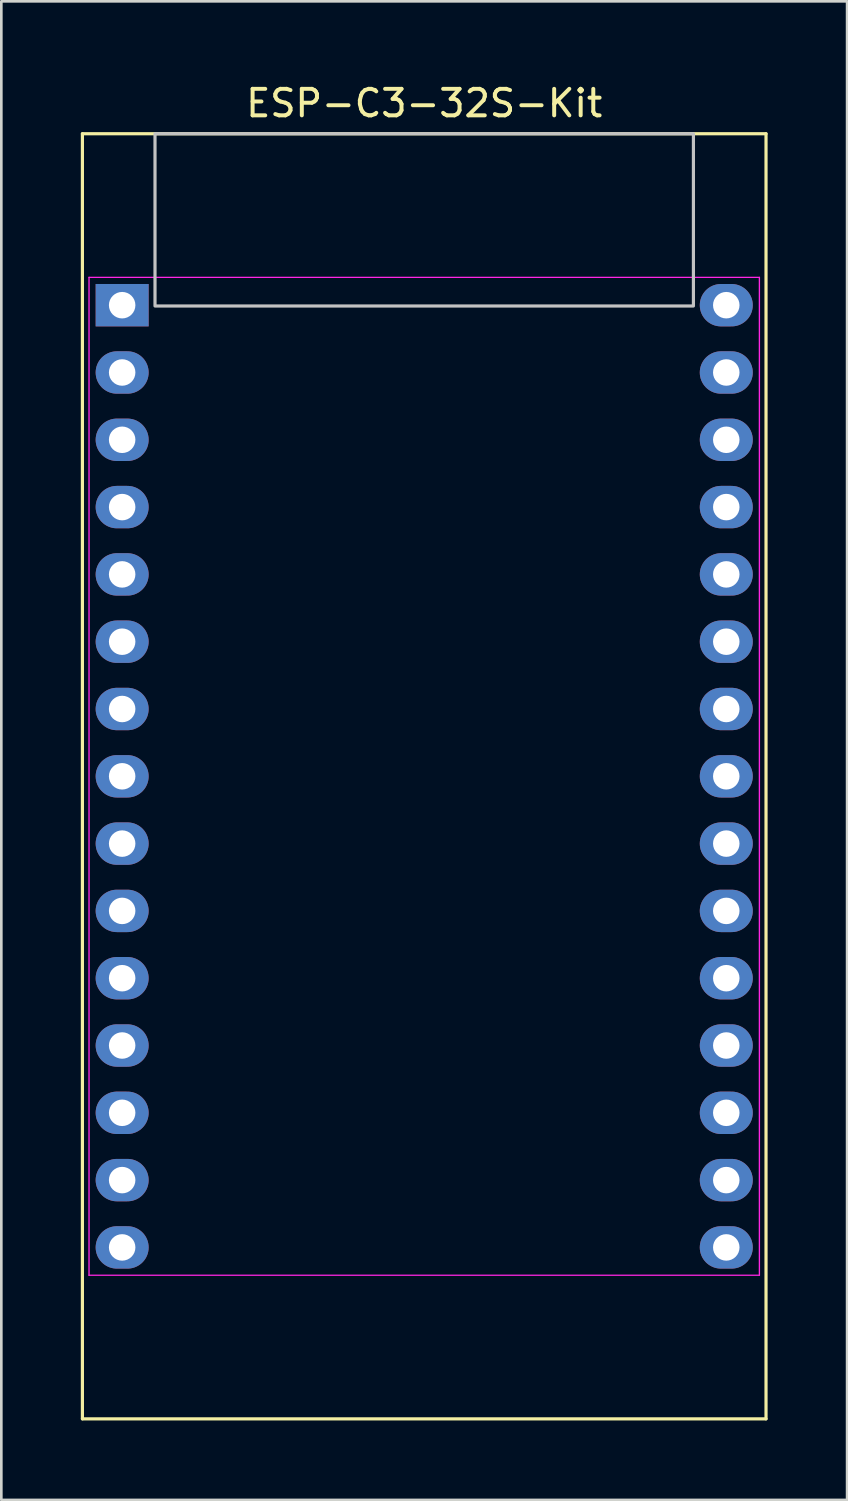
<source format=kicad_pcb>
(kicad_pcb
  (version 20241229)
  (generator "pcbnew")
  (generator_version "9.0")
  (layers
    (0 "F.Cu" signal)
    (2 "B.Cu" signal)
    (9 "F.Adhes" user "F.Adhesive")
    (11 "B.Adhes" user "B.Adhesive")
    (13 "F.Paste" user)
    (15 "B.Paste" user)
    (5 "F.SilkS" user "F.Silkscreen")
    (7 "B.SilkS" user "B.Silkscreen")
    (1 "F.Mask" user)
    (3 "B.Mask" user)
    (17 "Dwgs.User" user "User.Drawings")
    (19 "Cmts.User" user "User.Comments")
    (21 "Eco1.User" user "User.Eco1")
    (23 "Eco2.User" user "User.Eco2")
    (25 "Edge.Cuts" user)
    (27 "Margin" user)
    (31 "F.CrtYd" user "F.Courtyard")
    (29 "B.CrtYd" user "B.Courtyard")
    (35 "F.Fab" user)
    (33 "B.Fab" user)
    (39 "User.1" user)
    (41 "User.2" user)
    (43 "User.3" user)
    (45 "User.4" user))
  (footprint "ESP-C3-32S-Kit"
    (layer "F.Cu")
    (at 12.96 26.248)
    (property "Reference" "ESP-C3-32S-Kit" (at 0 -25.4 0) (layer "F.SilkS") (effects (font (size 1 1) (thickness 0.15))))
    (fp_line (start -12.9 24.25) (end 12.9 24.25) (stroke (width 0.12) (type solid)) (layer "F.SilkS"))
    (fp_line (start -12.9 -24.25) (end -12.9 24.25) (stroke (width 0.12) (type solid)) (layer "F.SilkS"))
    (fp_line (start 12.9 24.25) (end 12.9 -24.25) (stroke (width 0.12) (type solid)) (layer "F.SilkS"))
    (fp_line (start 12.9 -24.25) (end -12.9 -24.25) (stroke (width 0.12) (type solid)) (layer "F.SilkS"))
    (fp_rect (start -10.16 -24.25) (end 10.16 -17.75) (stroke (width 0.12) (type solid)) (fill no) (layer "Dwgs.User"))
    (fp_line (start -12.65 -18.83) (end 12.65 -18.83) (stroke (width 0.05) (type solid)) (layer "F.CrtYd"))
    (fp_line (start -12.65 18.83) (end -12.65 -18.83) (stroke (width 0.05) (type solid)) (layer "F.CrtYd"))
    (fp_line (start 12.65 -18.83) (end 12.65 18.83) (stroke (width 0.05) (type solid)) (layer "F.CrtYd"))
    (fp_line (start 12.65 18.83) (end -12.65 18.83) (stroke (width 0.05) (type solid)) (layer "F.CrtYd"))
    (pad "1" thru_hole rect (at -11.4 -17.78 270) (size 1.6 2) (drill 1) (layers "*.Cu" "*.Mask"))
    (pad "2" thru_hole oval (at -11.4 -15.24 270) (size 1.6 2) (drill 1) (layers "*.Cu" "*.Mask"))
    (pad "3" thru_hole oval (at -11.4 -12.7 270) (size 1.6 2) (drill 1) (layers "*.Cu" "*.Mask"))
    (pad "4" thru_hole oval (at -11.4 -10.16 270) (size 1.6 2) (drill 1) (layers "*.Cu" "*.Mask"))
    (pad "5" thru_hole oval (at -11.4 -7.62 270) (size 1.6 2) (drill 1) (layers "*.Cu" "*.Mask"))
    (pad "6" thru_hole oval (at -11.4 -5.08 270) (size 1.6 2) (drill 1) (layers "*.Cu" "*.Mask"))
    (pad "7" thru_hole oval (at -11.4 -2.54 270) (size 1.6 2) (drill 1) (layers "*.Cu" "*.Mask"))
    (pad "8" thru_hole oval (at -11.4 0 270) (size 1.6 2) (drill 1) (layers "*.Cu" "*.Mask"))
    (pad "9" thru_hole oval (at -11.4 2.54 270) (size 1.6 2) (drill 1) (layers "*.Cu" "*.Mask"))
    (pad "10" thru_hole oval (at -11.4 5.08 270) (size 1.6 2) (drill 1) (layers "*.Cu" "*.Mask"))
    (pad "11" thru_hole oval (at -11.4 7.62 270) (size 1.6 2) (drill 1) (layers "*.Cu" "*.Mask"))
    (pad "12" thru_hole oval (at -11.4 10.16 270) (size 1.6 2) (drill 1) (layers "*.Cu" "*.Mask"))
    (pad "13" thru_hole oval (at -11.4 12.7 270) (size 1.6 2) (drill 1) (layers "*.Cu" "*.Mask"))
    (pad "14" thru_hole oval (at -11.4 15.24 270) (size 1.6 2) (drill 1) (layers "*.Cu" "*.Mask"))
    (pad "15" thru_hole oval (at -11.4 17.78 270) (size 1.6 2) (drill 1) (layers "*.Cu" "*.Mask"))
    (pad "16" thru_hole oval (at 11.4 17.78 270) (size 1.6 2) (drill 1) (layers "*.Cu" "*.Mask"))
    (pad "17" thru_hole oval (at 11.4 15.24 270) (size 1.6 2) (drill 1) (layers "*.Cu" "*.Mask"))
    (pad "18" thru_hole oval (at 11.4 12.7 270) (size 1.6 2) (drill 1) (layers "*.Cu" "*.Mask"))
    (pad "19" thru_hole oval (at 11.4 10.16 270) (size 1.6 2) (drill 1) (layers "*.Cu" "*.Mask"))
    (pad "20" thru_hole oval (at 11.4 7.62 270) (size 1.6 2) (drill 1) (layers "*.Cu" "*.Mask"))
    (pad "21" thru_hole oval (at 11.4 5.08 270) (size 1.6 2) (drill 1) (layers "*.Cu" "*.Mask"))
    (pad "22" thru_hole oval (at 11.4 2.54 270) (size 1.6 2) (drill 1) (layers "*.Cu" "*.Mask"))
    (pad "23" thru_hole oval (at 11.4 0 270) (size 1.6 2) (drill 1) (layers "*.Cu" "*.Mask"))
    (pad "24" thru_hole oval (at 11.4 -2.54 270) (size 1.6 2) (drill 1) (layers "*.Cu" "*.Mask"))
    (pad "25" thru_hole oval (at 11.4 -5.08 270) (size 1.6 2) (drill 1) (layers "*.Cu" "*.Mask"))
    (pad "26" thru_hole oval (at 11.4 -7.62 270) (size 1.6 2) (drill 1) (layers "*.Cu" "*.Mask"))
    (pad "27" thru_hole oval (at 11.4 -10.16 270) (size 1.6 2) (drill 1) (layers "*.Cu" "*.Mask"))
    (pad "28" thru_hole oval (at 11.4 -12.7 270) (size 1.6 2) (drill 1) (layers "*.Cu" "*.Mask"))
    (pad "29" thru_hole oval (at 11.4 -15.24 270) (size 1.6 2) (drill 1) (layers "*.Cu" "*.Mask"))
    (pad "30" thru_hole oval (at 11.4 -17.78 270) (size 1.6 2) (drill 1) (layers "*.Cu" "*.Mask"))
    (zone (net_name "") (layers "F.Cu" "B.Cu") (hatch edge 0.508) (connect_pads) (min_thickness 0.254) (filled_areas_thickness no) (keepout (tracks allowed) (vias allowed) (pads allowed) (copperpour not_allowed) (footprints allowed)) (placement (enabled no)) (fill) (polygon (pts (xy 2.8 1.998) (xy 23.12 1.998) (xy 23.12 8.498) (xy 2.8 8.498)))))
  (gr_rect
    (start -3 -3)
    (end 28.92 53.558)
    (stroke (width 0.1) (type default))
    (fill no)
    (layer "Edge.Cuts")))
</source>
